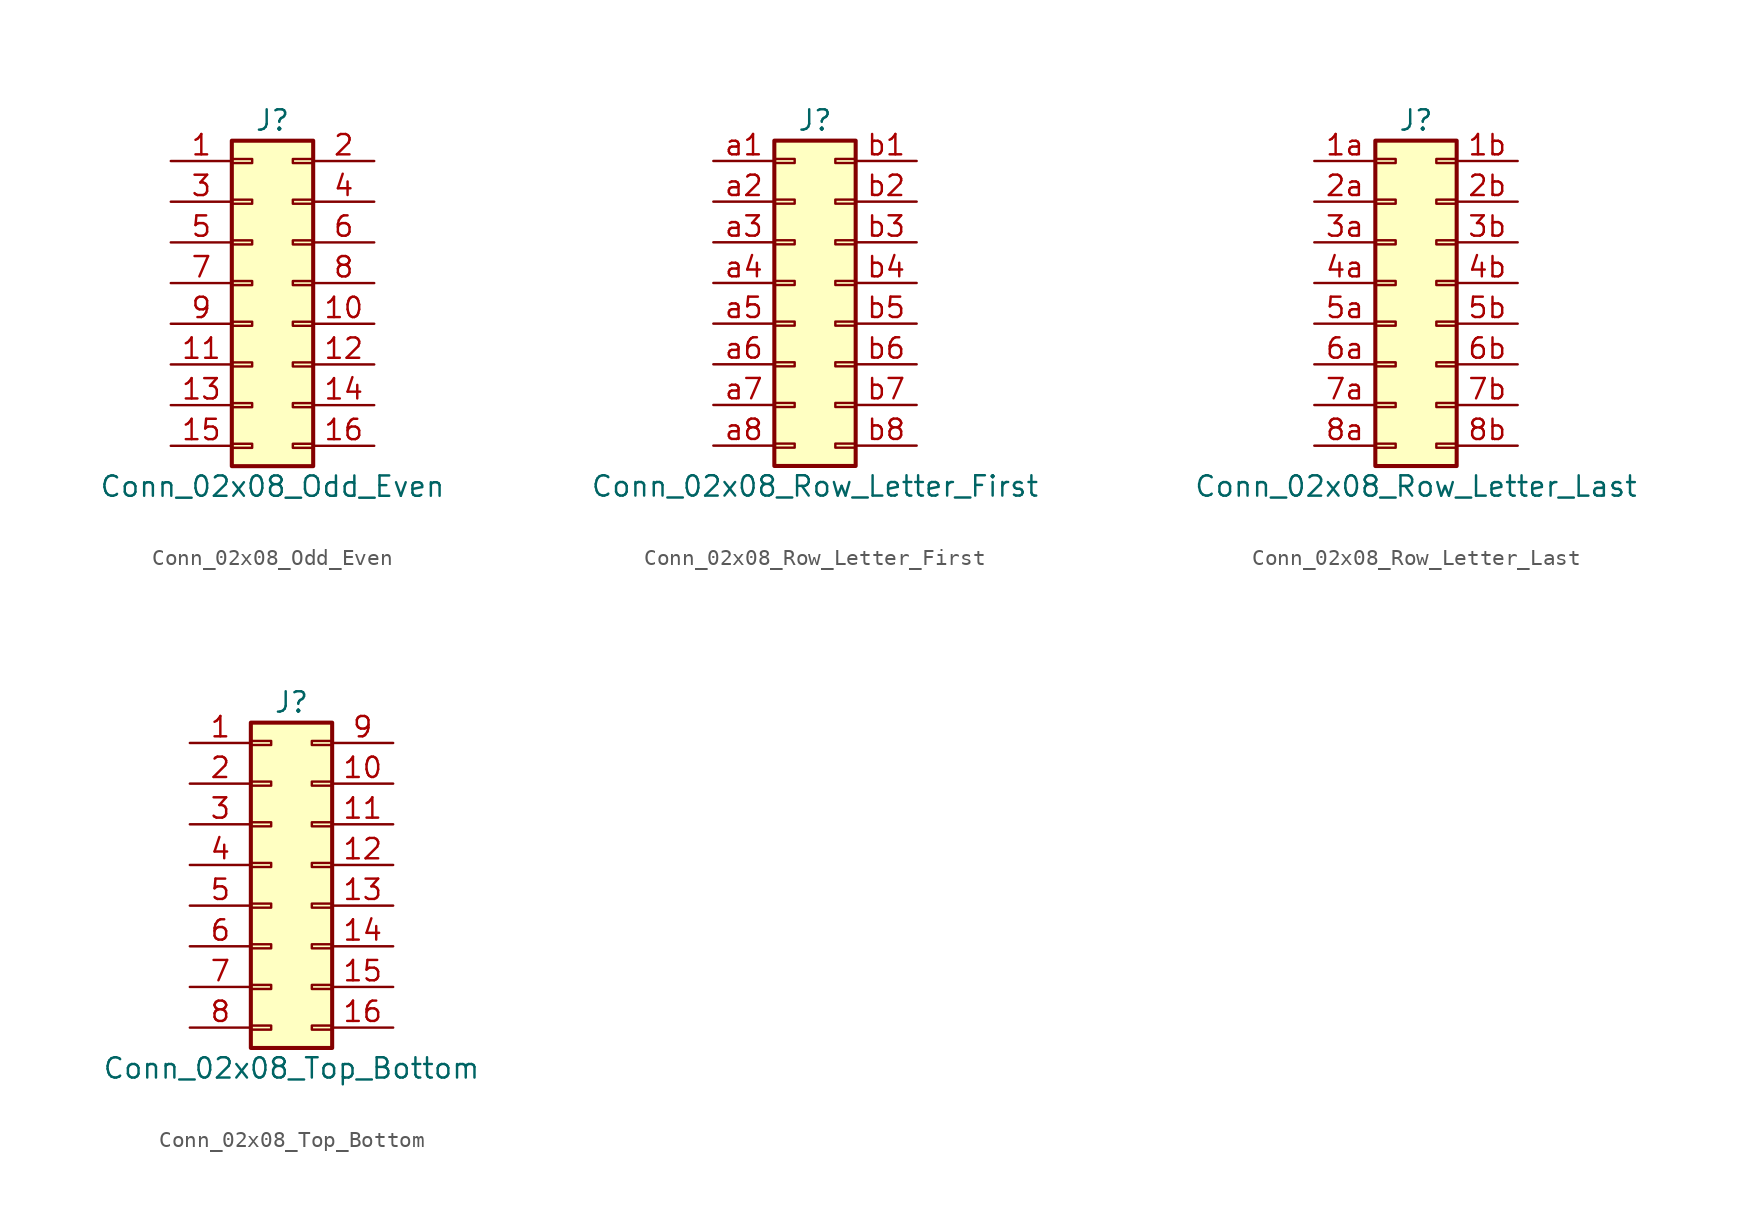
<source format=kicad_sym>
(kicad_symbol_lib
  (version 20201005)
  (generator kicad_symbol_editor)
  (symbol "Conn_02x08_Odd_Even"
    (pin_names
      (offset 1.016) hide)
    (property "Reference" "J"
      (at 1.27 10.16 0)
      (effects (font (size 1.27 1.27))))
    (property "Value" "Conn_02x08_Odd_Even"
      (at 1.27 -12.7 0)
      (effects (font (size 1.27 1.27))))
    (symbol "Conn_02x08_Odd_Even_1_1"
      (rectangle (start -1.27 -10.033) (end 0 -10.287) (stroke (width 0.152)) (fill (type none)))
      (rectangle (start -1.27 -7.493) (end 0 -7.747) (stroke (width 0.152)) (fill (type none)))
      (rectangle (start -1.27 -4.953) (end 0 -5.207) (stroke (width 0.152)) (fill (type none)))
      (rectangle (start -1.27 -2.413) (end 0 -2.667) (stroke (width 0.152)) (fill (type none)))
      (rectangle (start -1.27 0.127) (end 0 -0.127) (stroke (width 0.152)) (fill (type none)))
      (rectangle (start -1.27 2.667) (end 0 2.413) (stroke (width 0.152)) (fill (type none)))
      (rectangle (start -1.27 5.207) (end 0 4.953) (stroke (width 0.152)) (fill (type none)))
      (rectangle (start -1.27 7.747) (end 0 7.493) (stroke (width 0.152)) (fill (type none)))
      (rectangle (start -1.27 8.89) (end 3.81 -11.43) (stroke (width 0.254)) (fill (type background)))
      (rectangle (start 3.81 -10.033) (end 2.54 -10.287) (stroke (width 0.152)) (fill (type none)))
      (rectangle (start 3.81 -7.493) (end 2.54 -7.747) (stroke (width 0.152)) (fill (type none)))
      (rectangle (start 3.81 -4.953) (end 2.54 -5.207) (stroke (width 0.152)) (fill (type none)))
      (rectangle (start 3.81 -2.413) (end 2.54 -2.667) (stroke (width 0.152)) (fill (type none)))
      (rectangle (start 3.81 0.127) (end 2.54 -0.127) (stroke (width 0.152)) (fill (type none)))
      (rectangle (start 3.81 2.667) (end 2.54 2.413) (stroke (width 0.152)) (fill (type none)))
      (rectangle (start 3.81 5.207) (end 2.54 4.953) (stroke (width 0.152)) (fill (type none)))
      (rectangle (start 3.81 7.747) (end 2.54 7.493) (stroke (width 0.152)) (fill (type none)))
      (pin passive line (at -5.08 7.62 0) (length 3.81) (name "Pin_1" (effects (font (size 1.27 1.27)))) (number "1" (effects (font (size 1.27 1.27)))))
      (pin passive line (at 7.62 -2.54 180) (length 3.81) (name "Pin_10" (effects (font (size 1.27 1.27)))) (number "10" (effects (font (size 1.27 1.27)))))
      (pin passive line (at -5.08 -5.08 0) (length 3.81) (name "Pin_11" (effects (font (size 1.27 1.27)))) (number "11" (effects (font (size 1.27 1.27)))))
      (pin passive line (at 7.62 -5.08 180) (length 3.81) (name "Pin_12" (effects (font (size 1.27 1.27)))) (number "12" (effects (font (size 1.27 1.27)))))
      (pin passive line (at -5.08 -7.62 0) (length 3.81) (name "Pin_13" (effects (font (size 1.27 1.27)))) (number "13" (effects (font (size 1.27 1.27)))))
      (pin passive line (at 7.62 -7.62 180) (length 3.81) (name "Pin_14" (effects (font (size 1.27 1.27)))) (number "14" (effects (font (size 1.27 1.27)))))
      (pin passive line (at -5.08 -10.16 0) (length 3.81) (name "Pin_15" (effects (font (size 1.27 1.27)))) (number "15" (effects (font (size 1.27 1.27)))))
      (pin passive line (at 7.62 -10.16 180) (length 3.81) (name "Pin_16" (effects (font (size 1.27 1.27)))) (number "16" (effects (font (size 1.27 1.27)))))
      (pin passive line (at 7.62 7.62 180) (length 3.81) (name "Pin_2" (effects (font (size 1.27 1.27)))) (number "2" (effects (font (size 1.27 1.27)))))
      (pin passive line (at -5.08 5.08 0) (length 3.81) (name "Pin_3" (effects (font (size 1.27 1.27)))) (number "3" (effects (font (size 1.27 1.27)))))
      (pin passive line (at 7.62 5.08 180) (length 3.81) (name "Pin_4" (effects (font (size 1.27 1.27)))) (number "4" (effects (font (size 1.27 1.27)))))
      (pin passive line (at -5.08 2.54 0) (length 3.81) (name "Pin_5" (effects (font (size 1.27 1.27)))) (number "5" (effects (font (size 1.27 1.27)))))
      (pin passive line (at 7.62 2.54 180) (length 3.81) (name "Pin_6" (effects (font (size 1.27 1.27)))) (number "6" (effects (font (size 1.27 1.27)))))
      (pin passive line (at -5.08 0 0) (length 3.81) (name "Pin_7" (effects (font (size 1.27 1.27)))) (number "7" (effects (font (size 1.27 1.27)))))
      (pin passive line (at 7.62 0 180) (length 3.81) (name "Pin_8" (effects (font (size 1.27 1.27)))) (number "8" (effects (font (size 1.27 1.27)))))
      (pin passive line (at -5.08 -2.54 0) (length 3.81) (name "Pin_9" (effects (font (size 1.27 1.27)))) (number "9" (effects (font (size 1.27 1.27)))))))
  (symbol "Conn_02x08_Row_Letter_First"
    (pin_names
      (offset 1.016) hide)
    (property "Reference" "J"
      (at 1.27 10.16 0)
      (effects (font (size 1.27 1.27))))
    (property "Value" "Conn_02x08_Row_Letter_First"
      (at 1.27 -12.7 0)
      (effects (font (size 1.27 1.27))))
    (symbol "Conn_02x08_Row_Letter_First_1_1"
      (rectangle (start -1.27 -10.033) (end 0 -10.287) (stroke (width 0.152)) (fill (type none)))
      (rectangle (start -1.27 -7.493) (end 0 -7.747) (stroke (width 0.152)) (fill (type none)))
      (rectangle (start -1.27 -4.953) (end 0 -5.207) (stroke (width 0.152)) (fill (type none)))
      (rectangle (start -1.27 -2.413) (end 0 -2.667) (stroke (width 0.152)) (fill (type none)))
      (rectangle (start -1.27 0.127) (end 0 -0.127) (stroke (width 0.152)) (fill (type none)))
      (rectangle (start -1.27 2.667) (end 0 2.413) (stroke (width 0.152)) (fill (type none)))
      (rectangle (start -1.27 5.207) (end 0 4.953) (stroke (width 0.152)) (fill (type none)))
      (rectangle (start -1.27 7.747) (end 0 7.493) (stroke (width 0.152)) (fill (type none)))
      (rectangle (start -1.27 8.89) (end 3.81 -11.43) (stroke (width 0.254)) (fill (type background)))
      (rectangle (start 3.81 -10.033) (end 2.54 -10.287) (stroke (width 0.152)) (fill (type none)))
      (rectangle (start 3.81 -7.493) (end 2.54 -7.747) (stroke (width 0.152)) (fill (type none)))
      (rectangle (start 3.81 -4.953) (end 2.54 -5.207) (stroke (width 0.152)) (fill (type none)))
      (rectangle (start 3.81 -2.413) (end 2.54 -2.667) (stroke (width 0.152)) (fill (type none)))
      (rectangle (start 3.81 0.127) (end 2.54 -0.127) (stroke (width 0.152)) (fill (type none)))
      (rectangle (start 3.81 2.667) (end 2.54 2.413) (stroke (width 0.152)) (fill (type none)))
      (rectangle (start 3.81 5.207) (end 2.54 4.953) (stroke (width 0.152)) (fill (type none)))
      (rectangle (start 3.81 7.747) (end 2.54 7.493) (stroke (width 0.152)) (fill (type none)))
      (pin passive line (at -5.08 7.62 0) (length 3.81) (name "Pin_a1" (effects (font (size 1.27 1.27)))) (number "a1" (effects (font (size 1.27 1.27)))))
      (pin passive line (at -5.08 5.08 0) (length 3.81) (name "Pin_a2" (effects (font (size 1.27 1.27)))) (number "a2" (effects (font (size 1.27 1.27)))))
      (pin passive line (at -5.08 2.54 0) (length 3.81) (name "Pin_a3" (effects (font (size 1.27 1.27)))) (number "a3" (effects (font (size 1.27 1.27)))))
      (pin passive line (at -5.08 0 0) (length 3.81) (name "Pin_a4" (effects (font (size 1.27 1.27)))) (number "a4" (effects (font (size 1.27 1.27)))))
      (pin passive line (at -5.08 -2.54 0) (length 3.81) (name "Pin_a5" (effects (font (size 1.27 1.27)))) (number "a5" (effects (font (size 1.27 1.27)))))
      (pin passive line (at -5.08 -5.08 0) (length 3.81) (name "Pin_a6" (effects (font (size 1.27 1.27)))) (number "a6" (effects (font (size 1.27 1.27)))))
      (pin passive line (at -5.08 -7.62 0) (length 3.81) (name "Pin_a7" (effects (font (size 1.27 1.27)))) (number "a7" (effects (font (size 1.27 1.27)))))
      (pin passive line (at -5.08 -10.16 0) (length 3.81) (name "Pin_a8" (effects (font (size 1.27 1.27)))) (number "a8" (effects (font (size 1.27 1.27)))))
      (pin passive line (at 7.62 7.62 180) (length 3.81) (name "Pin_b1" (effects (font (size 1.27 1.27)))) (number "b1" (effects (font (size 1.27 1.27)))))
      (pin passive line (at 7.62 5.08 180) (length 3.81) (name "Pin_b2" (effects (font (size 1.27 1.27)))) (number "b2" (effects (font (size 1.27 1.27)))))
      (pin passive line (at 7.62 2.54 180) (length 3.81) (name "Pin_b3" (effects (font (size 1.27 1.27)))) (number "b3" (effects (font (size 1.27 1.27)))))
      (pin passive line (at 7.62 0 180) (length 3.81) (name "Pin_b4" (effects (font (size 1.27 1.27)))) (number "b4" (effects (font (size 1.27 1.27)))))
      (pin passive line (at 7.62 -2.54 180) (length 3.81) (name "Pin_b5" (effects (font (size 1.27 1.27)))) (number "b5" (effects (font (size 1.27 1.27)))))
      (pin passive line (at 7.62 -5.08 180) (length 3.81) (name "Pin_b6" (effects (font (size 1.27 1.27)))) (number "b6" (effects (font (size 1.27 1.27)))))
      (pin passive line (at 7.62 -7.62 180) (length 3.81) (name "Pin_b7" (effects (font (size 1.27 1.27)))) (number "b7" (effects (font (size 1.27 1.27)))))
      (pin passive line (at 7.62 -10.16 180) (length 3.81) (name "Pin_b8" (effects (font (size 1.27 1.27)))) (number "b8" (effects (font (size 1.27 1.27)))))))
  (symbol "Conn_02x08_Row_Letter_Last"
    (pin_names
      (offset 1.016) hide)
    (property "Reference" "J"
      (at 1.27 10.16 0)
      (effects (font (size 1.27 1.27))))
    (property "Value" "Conn_02x08_Row_Letter_Last"
      (at 1.27 -12.7 0)
      (effects (font (size 1.27 1.27))))
    (symbol "Conn_02x08_Row_Letter_Last_1_1"
      (rectangle (start -1.27 -10.033) (end 0 -10.287) (stroke (width 0.152)) (fill (type none)))
      (rectangle (start -1.27 -7.493) (end 0 -7.747) (stroke (width 0.152)) (fill (type none)))
      (rectangle (start -1.27 -4.953) (end 0 -5.207) (stroke (width 0.152)) (fill (type none)))
      (rectangle (start -1.27 -2.413) (end 0 -2.667) (stroke (width 0.152)) (fill (type none)))
      (rectangle (start -1.27 0.127) (end 0 -0.127) (stroke (width 0.152)) (fill (type none)))
      (rectangle (start -1.27 2.667) (end 0 2.413) (stroke (width 0.152)) (fill (type none)))
      (rectangle (start -1.27 5.207) (end 0 4.953) (stroke (width 0.152)) (fill (type none)))
      (rectangle (start -1.27 7.747) (end 0 7.493) (stroke (width 0.152)) (fill (type none)))
      (rectangle (start -1.27 8.89) (end 3.81 -11.43) (stroke (width 0.254)) (fill (type background)))
      (rectangle (start 3.81 -10.033) (end 2.54 -10.287) (stroke (width 0.152)) (fill (type none)))
      (rectangle (start 3.81 -7.493) (end 2.54 -7.747) (stroke (width 0.152)) (fill (type none)))
      (rectangle (start 3.81 -4.953) (end 2.54 -5.207) (stroke (width 0.152)) (fill (type none)))
      (rectangle (start 3.81 -2.413) (end 2.54 -2.667) (stroke (width 0.152)) (fill (type none)))
      (rectangle (start 3.81 0.127) (end 2.54 -0.127) (stroke (width 0.152)) (fill (type none)))
      (rectangle (start 3.81 2.667) (end 2.54 2.413) (stroke (width 0.152)) (fill (type none)))
      (rectangle (start 3.81 5.207) (end 2.54 4.953) (stroke (width 0.152)) (fill (type none)))
      (rectangle (start 3.81 7.747) (end 2.54 7.493) (stroke (width 0.152)) (fill (type none)))
      (pin passive line (at -5.08 7.62 0) (length 3.81) (name "Pin_1a" (effects (font (size 1.27 1.27)))) (number "1a" (effects (font (size 1.27 1.27)))))
      (pin passive line (at 7.62 7.62 180) (length 3.81) (name "Pin_1b" (effects (font (size 1.27 1.27)))) (number "1b" (effects (font (size 1.27 1.27)))))
      (pin passive line (at -5.08 5.08 0) (length 3.81) (name "Pin_2a" (effects (font (size 1.27 1.27)))) (number "2a" (effects (font (size 1.27 1.27)))))
      (pin passive line (at 7.62 5.08 180) (length 3.81) (name "Pin_2b" (effects (font (size 1.27 1.27)))) (number "2b" (effects (font (size 1.27 1.27)))))
      (pin passive line (at -5.08 2.54 0) (length 3.81) (name "Pin_3a" (effects (font (size 1.27 1.27)))) (number "3a" (effects (font (size 1.27 1.27)))))
      (pin passive line (at 7.62 2.54 180) (length 3.81) (name "Pin_3b" (effects (font (size 1.27 1.27)))) (number "3b" (effects (font (size 1.27 1.27)))))
      (pin passive line (at -5.08 0 0) (length 3.81) (name "Pin_4a" (effects (font (size 1.27 1.27)))) (number "4a" (effects (font (size 1.27 1.27)))))
      (pin passive line (at 7.62 0 180) (length 3.81) (name "Pin_4b" (effects (font (size 1.27 1.27)))) (number "4b" (effects (font (size 1.27 1.27)))))
      (pin passive line (at -5.08 -2.54 0) (length 3.81) (name "Pin_5a" (effects (font (size 1.27 1.27)))) (number "5a" (effects (font (size 1.27 1.27)))))
      (pin passive line (at 7.62 -2.54 180) (length 3.81) (name "Pin_5b" (effects (font (size 1.27 1.27)))) (number "5b" (effects (font (size 1.27 1.27)))))
      (pin passive line (at -5.08 -5.08 0) (length 3.81) (name "Pin_6a" (effects (font (size 1.27 1.27)))) (number "6a" (effects (font (size 1.27 1.27)))))
      (pin passive line (at 7.62 -5.08 180) (length 3.81) (name "Pin_6b" (effects (font (size 1.27 1.27)))) (number "6b" (effects (font (size 1.27 1.27)))))
      (pin passive line (at -5.08 -7.62 0) (length 3.81) (name "Pin_7a" (effects (font (size 1.27 1.27)))) (number "7a" (effects (font (size 1.27 1.27)))))
      (pin passive line (at 7.62 -7.62 180) (length 3.81) (name "Pin_7b" (effects (font (size 1.27 1.27)))) (number "7b" (effects (font (size 1.27 1.27)))))
      (pin passive line (at -5.08 -10.16 0) (length 3.81) (name "Pin_8a" (effects (font (size 1.27 1.27)))) (number "8a" (effects (font (size 1.27 1.27)))))
      (pin passive line (at 7.62 -10.16 180) (length 3.81) (name "Pin_8b" (effects (font (size 1.27 1.27)))) (number "8b" (effects (font (size 1.27 1.27)))))))
  (symbol "Conn_02x08_Top_Bottom"
    (pin_names
      (offset 1.016) hide)
    (property "Reference" "J"
      (at 1.27 10.16 0)
      (effects (font (size 1.27 1.27))))
    (property "Value" "Conn_02x08_Top_Bottom"
      (at 1.27 -12.7 0)
      (effects (font (size 1.27 1.27))))
    (symbol "Conn_02x08_Top_Bottom_1_1"
      (rectangle (start -1.27 -10.033) (end 0 -10.287) (stroke (width 0.152)) (fill (type none)))
      (rectangle (start -1.27 -7.493) (end 0 -7.747) (stroke (width 0.152)) (fill (type none)))
      (rectangle (start -1.27 -4.953) (end 0 -5.207) (stroke (width 0.152)) (fill (type none)))
      (rectangle (start -1.27 -2.413) (end 0 -2.667) (stroke (width 0.152)) (fill (type none)))
      (rectangle (start -1.27 0.127) (end 0 -0.127) (stroke (width 0.152)) (fill (type none)))
      (rectangle (start -1.27 2.667) (end 0 2.413) (stroke (width 0.152)) (fill (type none)))
      (rectangle (start -1.27 5.207) (end 0 4.953) (stroke (width 0.152)) (fill (type none)))
      (rectangle (start -1.27 7.747) (end 0 7.493) (stroke (width 0.152)) (fill (type none)))
      (rectangle (start -1.27 8.89) (end 3.81 -11.43) (stroke (width 0.254)) (fill (type background)))
      (rectangle (start 3.81 -10.033) (end 2.54 -10.287) (stroke (width 0.152)) (fill (type none)))
      (rectangle (start 3.81 -7.493) (end 2.54 -7.747) (stroke (width 0.152)) (fill (type none)))
      (rectangle (start 3.81 -4.953) (end 2.54 -5.207) (stroke (width 0.152)) (fill (type none)))
      (rectangle (start 3.81 -2.413) (end 2.54 -2.667) (stroke (width 0.152)) (fill (type none)))
      (rectangle (start 3.81 0.127) (end 2.54 -0.127) (stroke (width 0.152)) (fill (type none)))
      (rectangle (start 3.81 2.667) (end 2.54 2.413) (stroke (width 0.152)) (fill (type none)))
      (rectangle (start 3.81 5.207) (end 2.54 4.953) (stroke (width 0.152)) (fill (type none)))
      (rectangle (start 3.81 7.747) (end 2.54 7.493) (stroke (width 0.152)) (fill (type none)))
      (pin passive line (at -5.08 7.62 0) (length 3.81) (name "Pin_1" (effects (font (size 1.27 1.27)))) (number "1" (effects (font (size 1.27 1.27)))))
      (pin passive line (at 7.62 5.08 180) (length 3.81) (name "Pin_10" (effects (font (size 1.27 1.27)))) (number "10" (effects (font (size 1.27 1.27)))))
      (pin passive line (at 7.62 2.54 180) (length 3.81) (name "Pin_11" (effects (font (size 1.27 1.27)))) (number "11" (effects (font (size 1.27 1.27)))))
      (pin passive line (at 7.62 0 180) (length 3.81) (name "Pin_12" (effects (font (size 1.27 1.27)))) (number "12" (effects (font (size 1.27 1.27)))))
      (pin passive line (at 7.62 -2.54 180) (length 3.81) (name "Pin_13" (effects (font (size 1.27 1.27)))) (number "13" (effects (font (size 1.27 1.27)))))
      (pin passive line (at 7.62 -5.08 180) (length 3.81) (name "Pin_14" (effects (font (size 1.27 1.27)))) (number "14" (effects (font (size 1.27 1.27)))))
      (pin passive line (at 7.62 -7.62 180) (length 3.81) (name "Pin_15" (effects (font (size 1.27 1.27)))) (number "15" (effects (font (size 1.27 1.27)))))
      (pin passive line (at 7.62 -10.16 180) (length 3.81) (name "Pin_16" (effects (font (size 1.27 1.27)))) (number "16" (effects (font (size 1.27 1.27)))))
      (pin passive line (at -5.08 5.08 0) (length 3.81) (name "Pin_2" (effects (font (size 1.27 1.27)))) (number "2" (effects (font (size 1.27 1.27)))))
      (pin passive line (at -5.08 2.54 0) (length 3.81) (name "Pin_3" (effects (font (size 1.27 1.27)))) (number "3" (effects (font (size 1.27 1.27)))))
      (pin passive line (at -5.08 0 0) (length 3.81) (name "Pin_4" (effects (font (size 1.27 1.27)))) (number "4" (effects (font (size 1.27 1.27)))))
      (pin passive line (at -5.08 -2.54 0) (length 3.81) (name "Pin_5" (effects (font (size 1.27 1.27)))) (number "5" (effects (font (size 1.27 1.27)))))
      (pin passive line (at -5.08 -5.08 0) (length 3.81) (name "Pin_6" (effects (font (size 1.27 1.27)))) (number "6" (effects (font (size 1.27 1.27)))))
      (pin passive line (at -5.08 -7.62 0) (length 3.81) (name "Pin_7" (effects (font (size 1.27 1.27)))) (number "7" (effects (font (size 1.27 1.27)))))
      (pin passive line (at -5.08 -10.16 0) (length 3.81) (name "Pin_8" (effects (font (size 1.27 1.27)))) (number "8" (effects (font (size 1.27 1.27)))))
      (pin passive line (at 7.62 7.62 180) (length 3.81) (name "Pin_9" (effects (font (size 1.27 1.27)))) (number "9" (effects (font (size 1.27 1.27))))))))
</source>
